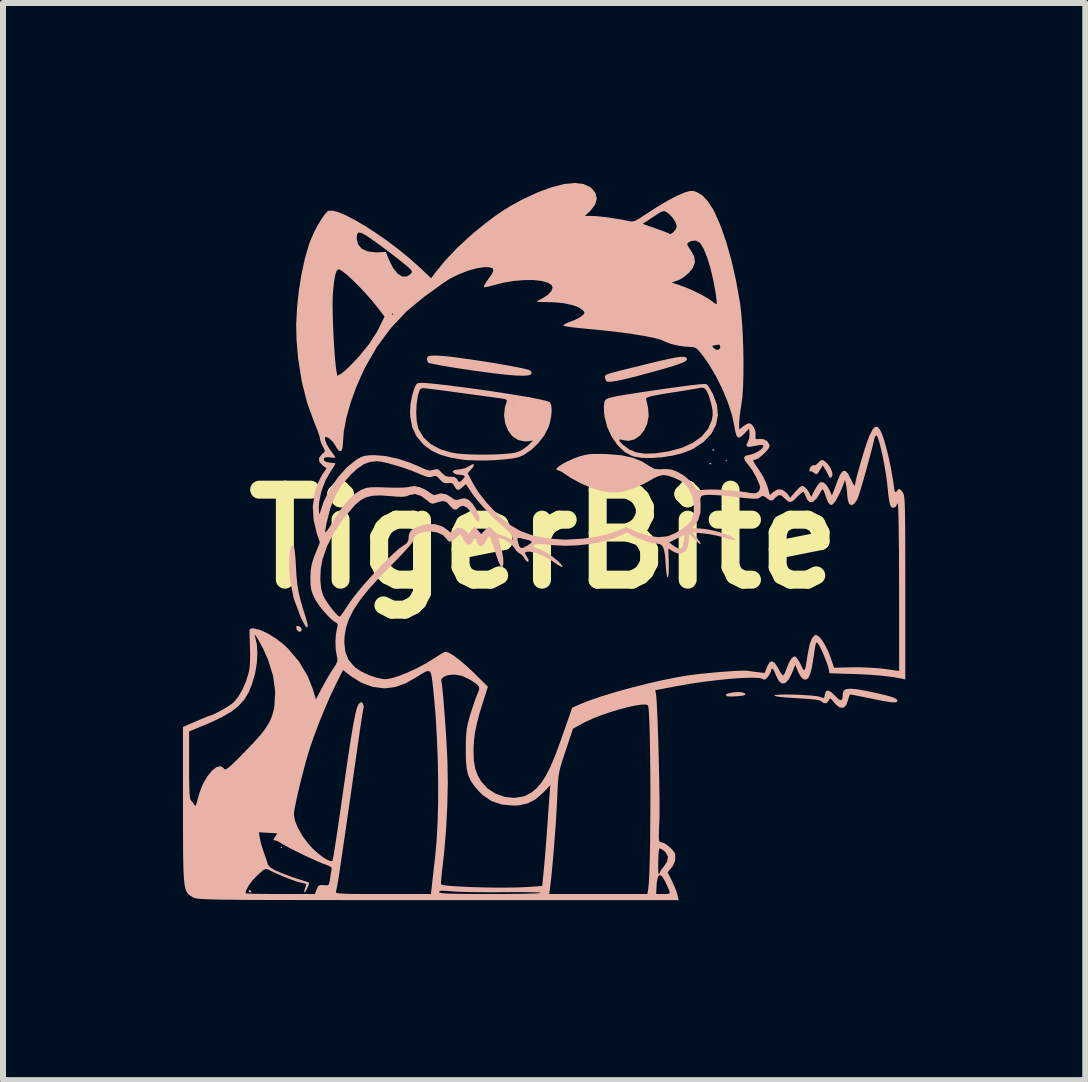
<source format=kicad_pcb>
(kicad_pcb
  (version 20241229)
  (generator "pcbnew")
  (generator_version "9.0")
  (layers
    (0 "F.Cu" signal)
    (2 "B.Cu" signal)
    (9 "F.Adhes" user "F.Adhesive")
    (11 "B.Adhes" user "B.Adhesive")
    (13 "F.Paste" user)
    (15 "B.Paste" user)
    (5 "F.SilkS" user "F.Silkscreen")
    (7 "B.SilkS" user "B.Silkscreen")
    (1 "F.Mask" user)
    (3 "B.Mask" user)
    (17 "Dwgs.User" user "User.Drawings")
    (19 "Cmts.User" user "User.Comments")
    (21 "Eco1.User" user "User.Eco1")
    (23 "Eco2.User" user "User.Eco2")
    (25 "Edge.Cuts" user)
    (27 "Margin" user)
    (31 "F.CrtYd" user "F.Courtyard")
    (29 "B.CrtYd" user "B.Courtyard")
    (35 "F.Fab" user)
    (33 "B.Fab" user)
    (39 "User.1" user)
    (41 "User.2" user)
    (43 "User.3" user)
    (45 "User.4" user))
  (footprint "TigerBite"
    (layer "F.Cu")
    (at 6.02 5.934)
    (property "Reference" "TigerBite" (at 0 0 0) (layer "F.SilkS") (effects (font (size 1.5 1.5) (thickness 0.3))))
    (attr board_only exclude_from_pos_files exclude_from_bom)
    (fp_circle (center -0.31 -2.025) (end -0.42 -1.784) (stroke (width 0.15) (type solid)) (fill yes) (layer "B.SilkS"))
    (fp_circle (center -0.01 -2.19) (end -0.01 -2.17) (stroke (width 0.15) (type solid)) (fill yes) (layer "B.SilkS"))
    (fp_circle (center 1.37 -2.04) (end 1.26 -1.798) (stroke (width 0.15) (type solid)) (fill yes) (layer "B.SilkS"))
    (fp_circle (center 1.52 -2.26) (end 1.57 -2.23) (stroke (width 0.15) (type solid)) (fill yes) (layer "B.SilkS"))
    (fp_poly (pts (xy -4.369 5.144) (xy -4.381 5.156) (xy -4.394 5.144) (xy -4.381 5.131)) (stroke (width 0) (type solid)) (fill yes) (layer "B.SilkS"))
    (fp_poly (pts (xy 3.048 -1.308) (xy 3.035 -1.295) (xy 3.023 -1.308) (xy 3.035 -1.321)) (stroke (width 0) (type solid)) (fill yes) (layer "B.SilkS"))
    (fp_poly (pts (xy 2.786 -1.262) (xy 2.782 -1.246) (xy 2.769 -1.245) (xy 2.748 -1.254) (xy 2.752 -1.262) (xy 2.782 -1.265)) (stroke (width 0) (type solid)) (fill yes) (layer "B.SilkS"))
    (fp_poly (pts (xy 2.836 -1.49) (xy 2.833 -1.475) (xy 2.819 -1.473) (xy 2.798 -1.482) (xy 2.802 -1.49) (xy 2.833 -1.493)) (stroke (width 0) (type solid)) (fill yes) (layer "B.SilkS"))
    (fp_poly (pts (xy -4.902 5.855) (xy -4.878 5.878) (xy -4.877 5.882) (xy -4.896 5.893) (xy -4.902 5.893) (xy -4.927 5.873) (xy -4.928 5.866) (xy -4.912 5.851)) (stroke (width 0) (type solid)) (fill yes) (layer "B.SilkS"))
    (fp_poly (pts (xy -4.058 1.472) (xy -4.039 1.509) (xy -4.039 1.511) (xy -4.055 1.544) (xy -4.089 1.545) (xy -4.121 1.516) (xy -4.125 1.508) (xy -4.133 1.466) (xy -4.129 1.454) (xy -4.096 1.449)) (stroke (width 0) (type solid)) (fill yes) (layer "B.SilkS"))
    (fp_poly (pts (xy 3.31 2.559) (xy 3.35 2.575) (xy 3.355 2.595) (xy 3.352 2.599) (xy 3.317 2.61) (xy 3.252 2.619) (xy 3.174 2.624) (xy 3.1 2.626) (xy 3.049 2.622) (xy 3.035 2.616) (xy 3.032 2.593) (xy 3.06 2.576) (xy 3.128 2.562) (xy 3.175 2.554) (xy 3.247 2.551)) (stroke (width 0) (type solid)) (fill yes) (layer "B.SilkS"))
    (fp_poly (pts (xy -4.184 0.108) (xy -4.168 0.136) (xy -4.155 0.211) (xy -4.144 0.334) (xy -4.138 0.447) (xy -4.128 0.618) (xy -4.114 0.759) (xy -4.093 0.886) (xy -4.061 1.018) (xy -4.016 1.174) (xy -3.999 1.227) (xy -3.965 1.339) (xy -3.945 1.411) (xy -3.939 1.452) (xy -3.945 1.47) (xy -3.959 1.473) (xy -3.979 1.452) (xy -4.012 1.394) (xy -4.053 1.313) (xy -4.063 1.289) (xy -4.172 0.997) (xy -4.233 0.706) (xy -4.25 0.483) (xy -4.249 0.317) (xy -4.238 0.199) (xy -4.218 0.128) (xy -4.189 0.107)) (stroke (width 0) (type solid)) (fill yes) (layer "B.SilkS"))
    (fp_poly (pts (xy 4.664 -1.306) (xy 4.723 -1.256) (xy 4.77 -1.189) (xy 4.8 -1.12) (xy 4.808 -1.061) (xy 4.787 -1.026) (xy 4.782 -1.023) (xy 4.753 -1.025) (xy 4.75 -1.033) (xy 4.737 -1.066) (xy 4.707 -1.123) (xy 4.697 -1.14) (xy 4.644 -1.227) (xy 4.594 -1.144) (xy 4.559 -1.092) (xy 4.535 -1.078) (xy 4.505 -1.097) (xy 4.499 -1.102) (xy 4.458 -1.127) (xy 4.437 -1.126) (xy 4.422 -1.131) (xy 4.42 -1.148) (xy 4.434 -1.191) (xy 4.466 -1.225) (xy 4.498 -1.232) (xy 4.504 -1.228) (xy 4.529 -1.234) (xy 4.568 -1.27) (xy 4.57 -1.273) (xy 4.612 -1.313) (xy 4.649 -1.314)) (stroke (width 0) (type solid)) (fill yes) (layer "B.SilkS"))
    (fp_poly (pts (xy -1.764 -3.056) (xy -1.679 -3.05) (xy -1.561 -3.038) (xy -1.416 -3.019) (xy -1.254 -2.997) (xy -1.081 -2.971) (xy -0.906 -2.944) (xy -0.736 -2.915) (xy -0.579 -2.888) (xy -0.442 -2.862) (xy -0.334 -2.839) (xy -0.261 -2.82) (xy -0.232 -2.808) (xy -0.207 -2.771) (xy -0.217 -2.744) (xy -0.265 -2.727) (xy -0.353 -2.721) (xy -0.482 -2.725) (xy -0.654 -2.74) (xy -0.872 -2.765) (xy -1.137 -2.801) (xy -1.252 -2.818) (xy -1.43 -2.844) (xy -1.591 -2.87) (xy -1.729 -2.894) (xy -1.837 -2.915) (xy -1.908 -2.93) (xy -1.934 -2.94) (xy -1.952 -2.985) (xy -1.951 -3.014) (xy -1.94 -3.038) (xy -1.911 -3.052) (xy -1.853 -3.057)) (stroke (width 0) (type solid)) (fill yes) (layer "B.SilkS"))
    (fp_poly (pts (xy 2.362 -3.028) (xy 2.379 -3.009) (xy 2.381 -3.003) (xy 2.378 -2.983) (xy 2.352 -2.96) (xy 2.298 -2.934) (xy 2.213 -2.903) (xy 2.091 -2.865) (xy 1.928 -2.818) (xy 1.743 -2.767) (xy 1.524 -2.708) (xy 1.35 -2.665) (xy 1.217 -2.637) (xy 1.123 -2.622) (xy 1.063 -2.621) (xy 1.035 -2.631) (xy 1.019 -2.671) (xy 1.016 -2.696) (xy 1.016 -2.71) (xy 1.019 -2.722) (xy 1.032 -2.734) (xy 1.058 -2.747) (xy 1.103 -2.762) (xy 1.173 -2.782) (xy 1.272 -2.808) (xy 1.407 -2.841) (xy 1.582 -2.884) (xy 1.735 -2.922) (xy 1.93 -2.969) (xy 2.081 -3.003) (xy 2.195 -3.025) (xy 2.276 -3.036) (xy 2.33 -3.037)) (stroke (width 0) (type solid)) (fill yes) (layer "B.SilkS"))
    (fp_poly (pts (xy 5.215 2.505) (xy 5.369 2.532) (xy 5.385 2.535) (xy 5.57 2.575) (xy 5.709 2.608) (xy 5.806 2.637) (xy 5.864 2.663) (xy 5.889 2.688) (xy 5.883 2.712) (xy 5.878 2.717) (xy 5.846 2.724) (xy 5.775 2.72) (xy 5.661 2.702) (xy 5.502 2.671) (xy 5.485 2.667) (xy 5.355 2.641) (xy 5.243 2.618) (xy 5.158 2.601) (xy 5.11 2.592) (xy 5.102 2.591) (xy 5.087 2.613) (xy 5.071 2.666) (xy 5.07 2.671) (xy 5.038 2.766) (xy 4.99 2.813) (xy 4.93 2.811) (xy 4.862 2.76) (xy 4.835 2.728) (xy 4.792 2.674) (xy 4.768 2.657) (xy 4.753 2.672) (xy 4.746 2.69) (xy 4.71 2.736) (xy 4.66 2.736) (xy 4.625 2.708) (xy 4.595 2.692) (xy 4.532 2.679) (xy 4.429 2.668) (xy 4.283 2.658) (xy 4.216 2.654) (xy 4.068 2.645) (xy 3.952 2.635) (xy 3.873 2.624) (xy 3.837 2.613) (xy 3.835 2.61) (xy 3.859 2.6) (xy 3.923 2.595) (xy 4.016 2.592) (xy 4.128 2.593) (xy 4.249 2.597) (xy 4.369 2.604) (xy 4.476 2.612) (xy 4.56 2.623) (xy 4.61 2.635) (xy 4.615 2.637) (xy 4.656 2.653) (xy 4.673 2.633) (xy 4.678 2.599) (xy 4.697 2.539) (xy 4.733 2.525) (xy 4.789 2.556) (xy 4.85 2.614) (xy 4.912 2.674) (xy 4.951 2.69) (xy 4.972 2.66) (xy 4.978 2.584) (xy 4.978 2.577) (xy 4.991 2.531) (xy 5.031 2.504) (xy 5.104 2.495)) (stroke (width 0) (type solid)) (fill yes) (layer "B.SilkS"))
    (fp_poly (pts (xy 2.703 -2.582) (xy 2.731 -2.554) (xy 2.771 -2.493) (xy 2.816 -2.412) (xy 2.816 -2.411) (xy 2.881 -2.233) (xy 2.897 -2.061) (xy 2.864 -1.9) (xy 2.785 -1.751) (xy 2.66 -1.619) (xy 2.492 -1.507) (xy 2.451 -1.486) (xy 2.307 -1.431) (xy 2.138 -1.389) (xy 1.958 -1.361) (xy 1.779 -1.349) (xy 1.617 -1.353) (xy 1.485 -1.377) (xy 1.463 -1.384) (xy 1.338 -1.453) (xy 1.223 -1.564) (xy 1.164 -1.649) (xy 1.249 -1.649) (xy 1.273 -1.612) (xy 1.314 -1.57) (xy 1.419 -1.492) (xy 1.539 -1.443) (xy 1.683 -1.422) (xy 1.857 -1.428) (xy 2.068 -1.459) (xy 2.074 -1.46) (xy 2.293 -1.519) (xy 2.478 -1.602) (xy 2.626 -1.708) (xy 2.732 -1.834) (xy 2.793 -1.977) (xy 2.794 -1.981) (xy 2.809 -2.065) (xy 2.807 -2.143) (xy 2.789 -2.239) (xy 2.782 -2.264) (xy 2.744 -2.393) (xy 2.706 -2.476) (xy 2.665 -2.517) (xy 2.618 -2.522) (xy 2.615 -2.522) (xy 2.573 -2.513) (xy 2.491 -2.499) (xy 2.377 -2.48) (xy 2.241 -2.458) (xy 2.126 -2.44) (xy 1.962 -2.413) (xy 1.844 -2.392) (xy 1.764 -2.374) (xy 1.718 -2.358) (xy 1.699 -2.343) (xy 1.699 -2.335) (xy 1.71 -2.289) (xy 1.726 -2.216) (xy 1.733 -2.183) (xy 1.743 -2.049) (xy 1.718 -1.922) (xy 1.667 -1.809) (xy 1.593 -1.719) (xy 1.502 -1.658) (xy 1.402 -1.635) (xy 1.328 -1.646) (xy 1.267 -1.66) (xy 1.249 -1.649) (xy 1.164 -1.649) (xy 1.125 -1.705) (xy 1.051 -1.867) (xy 1.007 -2.041) (xy 0.999 -2.102) (xy 0.999 -2.108) (xy 1.12 -2.108) (xy 1.133 -2.013) (xy 1.156 -1.936) (xy 1.218 -1.83) (xy 1.299 -1.761) (xy 1.389 -1.731) (xy 1.481 -1.746) (xy 1.521 -1.769) (xy 1.588 -1.844) (xy 1.633 -1.954) (xy 1.651 -2.085) (xy 1.651 -2.093) (xy 1.639 -2.218) (xy 1.604 -2.299) (xy 1.546 -2.335) (xy 1.524 -2.337) (xy 1.448 -2.331) (xy 1.356 -2.317) (xy 1.265 -2.297) (xy 1.188 -2.275) (xy 1.142 -2.255) (xy 1.137 -2.25) (xy 1.121 -2.193) (xy 1.12 -2.108) (xy 0.999 -2.108) (xy 0.995 -2.214) (xy 1.005 -2.286) (xy 1.02 -2.317) (xy 1.048 -2.337) (xy 1.106 -2.356) (xy 1.198 -2.378) (xy 1.33 -2.401) (xy 1.473 -2.424) (xy 1.792 -2.472) (xy 2.064 -2.511) (xy 2.289 -2.542) (xy 2.466 -2.565) (xy 2.595 -2.579) (xy 2.675 -2.584)) (stroke (width 0) (type solid)) (fill yes) (layer "B.SilkS"))
    (fp_poly (pts (xy -2 -2.601) (xy -1.905 -2.594) (xy -1.77 -2.58) (xy -1.649 -2.566) (xy -1.408 -2.536) (xy -1.167 -2.504) (xy -0.932 -2.471) (xy -0.707 -2.437) (xy -0.499 -2.404) (xy -0.313 -2.373) (xy -0.155 -2.344) (xy -0.031 -2.318) (xy 0.055 -2.297) (xy 0.095 -2.28) (xy 0.095 -2.28) (xy 0.119 -2.233) (xy 0.126 -2.15) (xy 0.118 -2.047) (xy 0.096 -1.935) (xy 0.072 -1.862) (xy 0.004 -1.729) (xy -0.095 -1.6) (xy -0.212 -1.487) (xy -0.337 -1.402) (xy -0.428 -1.362) (xy -0.526 -1.342) (xy -0.661 -1.326) (xy -0.819 -1.314) (xy -0.986 -1.308) (xy -1.148 -1.309) (xy -1.291 -1.315) (xy -1.359 -1.322) (xy -1.565 -1.357) (xy -1.73 -1.404) (xy -1.864 -1.465) (xy -1.978 -1.545) (xy -2.019 -1.582) (xy -2.129 -1.714) (xy -2.198 -1.861) (xy -2.231 -2.032) (xy -2.234 -2.102) (xy -2.132 -2.102) (xy -2.124 -1.965) (xy -2.102 -1.855) (xy -2.094 -1.834) (xy -2.011 -1.693) (xy -1.888 -1.58) (xy -1.725 -1.494) (xy -1.535 -1.438) (xy -1.437 -1.423) (xy -1.305 -1.413) (xy -1.15 -1.407) (xy -0.986 -1.406) (xy -0.822 -1.409) (xy -0.672 -1.417) (xy -0.546 -1.428) (xy -0.458 -1.444) (xy -0.448 -1.447) (xy -0.369 -1.484) (xy -0.287 -1.543) (xy -0.256 -1.571) (xy -0.209 -1.619) (xy -0.186 -1.644) (xy -0.188 -1.645) (xy -0.228 -1.633) (xy -0.296 -1.626) (xy -0.323 -1.626) (xy -0.434 -1.649) (xy -0.529 -1.712) (xy -0.601 -1.807) (xy -0.649 -1.926) (xy -0.668 -2.059) (xy -0.665 -2.088) (xy -0.582 -2.088) (xy -0.567 -1.96) (xy -0.519 -1.846) (xy -0.444 -1.76) (xy -0.404 -1.734) (xy -0.361 -1.712) (xy -0.332 -1.705) (xy -0.296 -1.715) (xy -0.24 -1.739) (xy -0.158 -1.799) (xy -0.096 -1.896) (xy -0.059 -2.021) (xy -0.051 -2.112) (xy -0.051 -2.21) (xy 0.025 -2.21) (xy 0.035 -2.189) (xy 0.042 -2.193) (xy 0.045 -2.223) (xy 0.042 -2.227) (xy 0.027 -2.223) (xy 0.025 -2.21) (xy -0.051 -2.21) (xy -0.051 -2.231) (xy -0.235 -2.259) (xy -0.334 -2.274) (xy -0.42 -2.288) (xy -0.474 -2.296) (xy -0.475 -2.296) (xy -0.518 -2.291) (xy -0.547 -2.253) (xy -0.561 -2.216) (xy -0.582 -2.088) (xy -0.665 -2.088) (xy -0.653 -2.198) (xy -0.624 -2.289) (xy -0.623 -2.315) (xy -0.653 -2.332) (xy -0.723 -2.344) (xy -0.729 -2.345) (xy -0.79 -2.353) (xy -0.892 -2.367) (xy -1.026 -2.385) (xy -1.182 -2.406) (xy -1.351 -2.429) (xy -1.41 -2.437) (xy -1.575 -2.46) (xy -1.726 -2.48) (xy -1.854 -2.496) (xy -1.952 -2.508) (xy -2.01 -2.514) (xy -2.021 -2.515) (xy -2.056 -2.505) (xy -2.08 -2.468) (xy -2.102 -2.393) (xy -2.104 -2.386) (xy -2.126 -2.248) (xy -2.132 -2.102) (xy -2.234 -2.102) (xy -2.235 -2.134) (xy -2.228 -2.24) (xy -2.208 -2.355) (xy -2.18 -2.462) (xy -2.148 -2.547) (xy -2.123 -2.585) (xy -2.103 -2.597) (xy -2.064 -2.602)) (stroke (width 0) (type solid)) (fill yes) (layer "B.SilkS"))
    (fp_poly (pts (xy 0.659 -5.916) (xy 0.772 -5.863) (xy 0.786 -5.852) (xy 0.856 -5.767) (xy 0.878 -5.673) (xy 0.85 -5.574) (xy 0.774 -5.473) (xy 0.759 -5.458) (xy 0.68 -5.385) (xy 0.786 -5.385) (xy 0.886 -5.38) (xy 1.017 -5.366) (xy 1.162 -5.345) (xy 1.304 -5.321) (xy 1.376 -5.306) (xy 1.434 -5.294) (xy 1.48 -5.293) (xy 1.526 -5.308) (xy 1.586 -5.341) (xy 1.673 -5.399) (xy 1.681 -5.404) (xy 1.874 -5.529) (xy 2.05 -5.634) (xy 2.204 -5.716) (xy 2.327 -5.769) (xy 2.344 -5.776) (xy 2.424 -5.799) (xy 2.48 -5.802) (xy 2.536 -5.786) (xy 2.547 -5.782) (xy 2.64 -5.725) (xy 2.726 -5.634) (xy 2.811 -5.504) (xy 2.853 -5.423) (xy 2.948 -5.204) (xy 3.038 -4.942) (xy 3.122 -4.645) (xy 3.196 -4.32) (xy 3.259 -3.974) (xy 3.265 -3.937) (xy 3.284 -3.78) (xy 3.3 -3.591) (xy 3.312 -3.381) (xy 3.32 -3.16) (xy 3.323 -2.939) (xy 3.322 -2.727) (xy 3.316 -2.536) (xy 3.306 -2.376) (xy 3.292 -2.267) (xy 3.274 -2.15) (xy 3.259 -2.038) (xy 3.252 -1.952) (xy 3.251 -1.929) (xy 3.251 -1.825) (xy 3.318 -1.878) (xy 3.374 -1.914) (xy 3.418 -1.93) (xy 3.419 -1.93) (xy 3.463 -1.908) (xy 3.501 -1.853) (xy 3.524 -1.782) (xy 3.525 -1.729) (xy 3.522 -1.677) (xy 3.542 -1.662) (xy 3.587 -1.669) (xy 3.661 -1.663) (xy 3.723 -1.626) (xy 3.757 -1.567) (xy 3.759 -1.548) (xy 3.74 -1.506) (xy 3.693 -1.449) (xy 3.632 -1.391) (xy 3.57 -1.344) (xy 3.523 -1.321) (xy 3.518 -1.321) (xy 3.493 -1.319) (xy 3.485 -1.307) (xy 3.497 -1.278) (xy 3.533 -1.222) (xy 3.582 -1.151) (xy 3.643 -1.052) (xy 3.696 -0.945) (xy 3.724 -0.869) (xy 3.764 -0.732) (xy 3.824 -0.788) (xy 3.897 -0.828) (xy 3.973 -0.82) (xy 4.045 -0.766) (xy 4.057 -0.751) (xy 4.102 -0.689) (xy 4.195 -0.796) (xy 4.252 -0.856) (xy 4.291 -0.882) (xy 4.323 -0.88) (xy 4.335 -0.874) (xy 4.38 -0.831) (xy 4.417 -0.774) (xy 4.452 -0.702) (xy 4.511 -0.818) (xy 4.552 -0.887) (xy 4.592 -0.936) (xy 4.608 -0.948) (xy 4.658 -0.942) (xy 4.711 -0.894) (xy 4.76 -0.811) (xy 4.764 -0.801) (xy 4.797 -0.724) (xy 4.827 -0.8) (xy 4.856 -0.876) (xy 4.888 -0.963) (xy 4.892 -0.976) (xy 4.937 -1.079) (xy 4.979 -1.132) (xy 5.021 -1.135) (xy 5.065 -1.089) (xy 5.113 -0.997) (xy 5.146 -0.929) (xy 5.17 -0.891) (xy 5.18 -0.891) (xy 5.189 -0.945) (xy 5.21 -1.036) (xy 5.242 -1.153) (xy 5.279 -1.284) (xy 5.319 -1.418) (xy 5.359 -1.544) (xy 5.395 -1.65) (xy 5.424 -1.726) (xy 5.427 -1.731) (xy 5.475 -1.824) (xy 5.516 -1.87) (xy 5.555 -1.87) (xy 5.595 -1.827) (xy 5.598 -1.822) (xy 5.633 -1.749) (xy 5.671 -1.635) (xy 5.711 -1.49) (xy 5.751 -1.325) (xy 5.787 -1.148) (xy 5.817 -0.971) (xy 5.83 -0.88) (xy 5.841 -0.809) (xy 5.852 -0.781) (xy 5.869 -0.788) (xy 5.882 -0.804) (xy 5.91 -0.834) (xy 5.934 -0.829) (xy 5.969 -0.791) (xy 5.98 -0.777) (xy 5.988 -0.76) (xy 5.996 -0.736) (xy 6.002 -0.701) (xy 6.007 -0.651) (xy 6.011 -0.582) (xy 6.014 -0.49) (xy 6.016 -0.372) (xy 6.018 -0.222) (xy 6.019 -0.039) (xy 6.019 0.184) (xy 6.02 0.448) (xy 6.02 0.76) (xy 6.02 0.806) (xy 6.02 2.342) (xy 5.963 2.329) (xy 5.818 2.302) (xy 5.633 2.28) (xy 5.417 2.262) (xy 5.181 2.251) (xy 5.144 2.25) (xy 5.01 2.247) (xy 4.897 2.243) (xy 4.811 2.24) (xy 4.763 2.238) (xy 4.756 2.238) (xy 4.75 2.214) (xy 4.749 2.191) (xy 4.738 2.142) (xy 4.711 2.062) (xy 4.674 1.967) (xy 4.633 1.872) (xy 4.594 1.792) (xy 4.57 1.752) (xy 4.553 1.73) (xy 4.54 1.726) (xy 4.528 1.749) (xy 4.516 1.805) (xy 4.501 1.901) (xy 4.49 1.979) (xy 4.464 2.138) (xy 4.435 2.25) (xy 4.402 2.318) (xy 4.364 2.346) (xy 4.318 2.337) (xy 4.318 2.337) (xy 4.282 2.299) (xy 4.243 2.234) (xy 4.23 2.205) (xy 4.187 2.097) (xy 4.132 2.234) (xy 4.077 2.342) (xy 4.021 2.401) (xy 3.966 2.41) (xy 3.914 2.37) (xy 3.867 2.28) (xy 3.862 2.265) (xy 3.832 2.196) (xy 3.806 2.161) (xy 3.788 2.166) (xy 3.785 2.194) (xy 3.77 2.236) (xy 3.734 2.293) (xy 3.731 2.296) (xy 3.69 2.34) (xy 3.658 2.345) (xy 3.642 2.334) (xy 3.595 2.319) (xy 3.504 2.313) (xy 3.377 2.314) (xy 3.22 2.322) (xy 3.04 2.337) (xy 2.843 2.358) (xy 2.637 2.384) (xy 2.427 2.415) (xy 2.221 2.451) (xy 2.202 2.455) (xy 1.852 2.521) (xy 1.865 2.588) (xy 1.871 2.644) (xy 1.878 2.743) (xy 1.885 2.88) (xy 1.892 3.045) (xy 1.898 3.233) (xy 1.905 3.436) (xy 1.91 3.648) (xy 1.915 3.86) (xy 1.919 4.065) (xy 1.922 4.258) (xy 1.924 4.43) (xy 1.924 4.574) (xy 1.922 4.684) (xy 1.92 4.718) (xy 1.914 4.854) (xy 1.911 4.947) (xy 1.913 5.006) (xy 1.92 5.038) (xy 1.932 5.052) (xy 1.952 5.055) (xy 1.956 5.055) (xy 2.006 5.073) (xy 2.07 5.117) (xy 2.132 5.174) (xy 2.175 5.23) (xy 2.186 5.258) (xy 2.184 5.364) (xy 2.144 5.452) (xy 2.121 5.481) (xy 2.058 5.556) (xy 2.134 5.707) (xy 2.176 5.8) (xy 2.21 5.886) (xy 2.225 5.939) (xy 2.242 6.02) (xy -1.768 6.02) (xy -2.296 6.02) (xy -2.776 6.02) (xy -3.209 6.02) (xy -3.599 6.019) (xy -3.947 6.019) (xy -4.257 6.018) (xy -4.53 6.018) (xy -4.769 6.017) (xy -4.976 6.016) (xy -5.154 6.014) (xy -5.305 6.013) (xy -5.431 6.011) (xy -5.536 6.008) (xy -5.62 6.005) (xy -5.687 6.002) (xy -5.739 5.999) (xy -5.778 5.994) (xy -5.807 5.99) (xy -5.828 5.985) (xy -5.843 5.979) (xy -5.856 5.972) (xy -5.863 5.968) (xy -5.896 5.947) (xy -5.924 5.926) (xy -5.931 5.918) (xy 1.867 5.918) (xy 1.987 5.918) (xy 2.059 5.917) (xy 2.09 5.908) (xy 2.093 5.884) (xy 2.083 5.856) (xy 2.056 5.793) (xy 2.019 5.714) (xy 2.007 5.691) (xy 1.963 5.621) (xy 1.926 5.601) (xy 1.898 5.631) (xy 1.881 5.709) (xy 1.875 5.768) (xy 1.867 5.918) (xy -5.931 5.918) (xy -5.943 5.905) (xy -4.978 5.905) (xy -4.954 5.909) (xy -4.886 5.912) (xy -4.782 5.915) (xy -4.648 5.917) (xy -4.492 5.918) (xy -4.4 5.918) (xy -3.821 5.918) (xy -3.791 5.839) (xy -3.765 5.786) (xy -3.729 5.768) (xy -3.673 5.77) (xy -3.619 5.774) (xy -3.591 5.76) (xy -3.577 5.717) (xy -3.569 5.665) (xy -3.557 5.585) (xy -3.545 5.522) (xy -3.541 5.508) (xy -3.547 5.474) (xy -3.594 5.446) (xy -3.625 5.435) (xy -3.705 5.405) (xy -3.815 5.357) (xy -3.943 5.299) (xy -4.076 5.235) (xy -4.201 5.173) (xy -4.306 5.117) (xy -4.378 5.075) (xy -4.382 5.072) (xy -4.445 5.036) (xy -4.494 5.021) (xy -4.506 5.023) (xy -4.514 5.017) (xy -4.495 4.98) (xy -4.49 4.973) (xy -4.447 4.907) (xy -4.601 4.898) (xy -4.754 4.889) (xy -4.739 4.987) (xy -4.721 5.068) (xy -4.691 5.167) (xy -4.67 5.229) (xy -4.64 5.315) (xy -4.615 5.389) (xy -4.606 5.424) (xy -4.574 5.467) (xy -4.496 5.516) (xy -4.37 5.572) (xy -4.197 5.636) (xy -4.128 5.659) (xy -4.034 5.689) (xy -3.962 5.713) (xy -3.922 5.726) (xy -3.918 5.728) (xy -3.92 5.752) (xy -3.938 5.8) (xy -3.963 5.852) (xy -3.985 5.887) (xy -3.993 5.893) (xy -3.999 5.873) (xy -3.987 5.828) (xy -3.969 5.777) (xy -3.962 5.754) (xy -3.985 5.745) (xy -4.039 5.732) (xy -4.055 5.729) (xy -4.128 5.709) (xy -4.231 5.672) (xy -4.349 5.626) (xy -4.466 5.575) (xy -4.566 5.527) (xy -4.578 5.521) (xy -4.616 5.503) (xy -4.648 5.503) (xy -4.687 5.524) (xy -4.744 5.574) (xy -4.779 5.606) (xy -4.861 5.692) (xy -4.927 5.782) (xy -4.968 5.86) (xy -4.978 5.905) (xy -5.943 5.905) (xy -5.948 5.899) (xy -5.968 5.864) (xy -5.983 5.816) (xy -5.995 5.75) (xy -6.004 5.663) (xy -6.011 5.551) (xy -6.015 5.409) (xy -6.018 5.233) (xy -6.019 5.018) (xy -6.02 4.762) (xy -6.02 4.586) (xy -4.171 4.586) (xy -4.154 4.693) (xy -4.103 4.819) (xy -4.025 4.955) (xy -3.924 5.088) (xy -3.861 5.157) (xy -3.772 5.238) (xy -3.685 5.305) (xy -3.609 5.351) (xy -3.552 5.371) (xy -3.528 5.364) (xy -3.521 5.336) (xy -3.508 5.263) (xy -3.49 5.15) (xy -3.467 5.004) (xy -3.441 4.828) (xy -3.411 4.629) (xy -3.38 4.412) (xy -3.367 4.318) (xy -3.32 3.991) (xy -3.279 3.712) (xy -3.244 3.475) (xy -3.213 3.279) (xy -3.186 3.119) (xy -3.162 2.993) (xy -3.142 2.896) (xy -3.123 2.825) (xy -3.106 2.778) (xy -3.09 2.749) (xy -3.086 2.745) (xy -3.052 2.719) (xy -3.03 2.732) (xy -3.022 2.743) (xy -3.006 2.79) (xy -3.008 2.808) (xy -3.014 2.837) (xy -3.025 2.895) (xy -3.04 2.987) (xy -3.06 3.117) (xy -3.085 3.288) (xy -3.116 3.505) (xy -3.125 3.569) (xy -3.18 3.955) (xy -3.228 4.293) (xy -3.271 4.588) (xy -3.307 4.842) (xy -3.339 5.059) (xy -3.365 5.242) (xy -3.388 5.394) (xy -3.406 5.518) (xy -3.422 5.618) (xy -3.434 5.696) (xy -3.445 5.756) (xy -3.453 5.802) (xy -3.46 5.836) (xy -3.467 5.862) (xy -3.47 5.874) (xy -3.471 5.886) (xy -3.463 5.896) (xy -3.439 5.904) (xy -3.396 5.909) (xy -3.328 5.913) (xy -3.231 5.916) (xy -3.098 5.917) (xy -2.925 5.918) (xy -2.706 5.918) (xy -2.685 5.918) (xy -1.887 5.918) (xy -1.883 5.885) (xy -1.753 5.885) (xy -1.743 5.894) (xy -1.713 5.902) (xy -1.657 5.908) (xy -1.571 5.912) (xy -1.45 5.915) (xy -1.291 5.917) (xy -1.088 5.918) (xy -0.902 5.918) (xy 0.086 5.918) (xy 0.903 5.918) (xy 1.721 5.918) (xy 1.736 5.823) (xy 1.744 5.746) (xy 1.751 5.628) (xy 1.757 5.475) (xy 1.758 5.427) (xy 1.901 5.427) (xy 1.901 5.508) (xy 1.905 5.567) (xy 1.911 5.588) (xy 1.929 5.568) (xy 1.93 5.558) (xy 1.947 5.521) (xy 1.987 5.469) (xy 1.995 5.46) (xy 2.052 5.375) (xy 2.063 5.294) (xy 2.025 5.222) (xy 2.001 5.2) (xy 1.952 5.167) (xy 1.922 5.157) (xy 1.921 5.158) (xy 1.913 5.189) (xy 1.907 5.253) (xy 1.903 5.337) (xy 1.901 5.427) (xy 1.758 5.427) (xy 1.762 5.293) (xy 1.766 5.087) (xy 1.768 4.863) (xy 1.77 4.626) (xy 1.771 4.382) (xy 1.771 4.137) (xy 1.77 3.895) (xy 1.767 3.663) (xy 1.764 3.446) (xy 1.76 3.25) (xy 1.755 3.08) (xy 1.749 2.942) (xy 1.742 2.841) (xy 1.734 2.784) (xy 1.73 2.774) (xy 1.694 2.759) (xy 1.618 2.762) (xy 1.511 2.778) (xy 1.382 2.807) (xy 1.239 2.845) (xy 1.089 2.891) (xy 0.941 2.942) (xy 0.803 2.997) (xy 0.683 3.052) (xy 0.652 3.068) (xy 0.481 3.162) (xy 0.358 3.531) (xy 0.312 3.669) (xy 0.279 3.776) (xy 0.256 3.866) (xy 0.241 3.953) (xy 0.231 4.051) (xy 0.224 4.173) (xy 0.218 4.318) (xy 0.208 4.517) (xy 0.194 4.743) (xy 0.177 4.982) (xy 0.158 5.221) (xy 0.138 5.446) (xy 0.119 5.644) (xy 0.105 5.759) (xy 0.086 5.918) (xy -0.902 5.918) (xy -0.7 5.918) (xy -0.515 5.916) (xy -0.353 5.914) (xy -0.22 5.911) (xy -0.121 5.907) (xy -0.064 5.902) (xy -0.051 5.899) (xy -0.075 5.894) (xy -0.143 5.89) (xy -0.249 5.888) (xy -0.384 5.886) (xy -0.543 5.887) (xy -0.679 5.888) (xy -0.868 5.889) (xy -1.054 5.888) (xy -1.226 5.886) (xy -1.373 5.882) (xy -1.487 5.877) (xy -1.53 5.874) (xy -1.641 5.865) (xy -1.709 5.863) (xy -1.744 5.87) (xy -1.753 5.885) (xy -1.883 5.885) (xy -1.872 5.785) (xy -1.865 5.728) (xy -1.719 5.728) (xy -1.718 5.758) (xy -1.718 5.758) (xy -1.682 5.769) (xy -1.604 5.779) (xy -1.49 5.788) (xy -1.349 5.796) (xy -1.188 5.803) (xy -1.014 5.808) (xy -0.837 5.811) (xy -0.662 5.811) (xy -0.499 5.81) (xy -0.355 5.805) (xy -0.261 5.8) (xy -0.032 5.784) (xy -0.003 5.489) (xy 0.01 5.346) (xy 0.024 5.174) (xy 0.038 4.994) (xy 0.05 4.828) (xy 0.051 4.826) (xy 0.061 4.676) (xy 0.071 4.527) (xy 0.081 4.395) (xy 0.088 4.295) (xy 0.089 4.281) (xy 0.103 4.104) (xy -0.013 4.226) (xy -0.141 4.338) (xy -0.271 4.407) (xy -0.42 4.44) (xy -0.513 4.444) (xy -0.71 4.426) (xy -0.878 4.368) (xy -1.024 4.269) (xy -1.079 4.215) (xy -1.165 4.116) (xy -1.226 4.026) (xy -1.268 3.932) (xy -1.292 3.822) (xy -1.304 3.685) (xy -1.306 3.509) (xy -1.306 3.505) (xy -1.304 3.358) (xy -1.298 3.245) (xy -1.287 3.152) (xy -1.269 3.061) (xy -1.24 2.957) (xy -1.222 2.898) (xy -1.184 2.781) (xy -1.148 2.675) (xy -1.117 2.594) (xy -1.102 2.56) (xy -1.082 2.507) (xy -1.086 2.464) (xy -1.122 2.421) (xy -1.195 2.371) (xy -1.256 2.335) (xy -1.371 2.281) (xy -1.483 2.262) (xy -1.509 2.261) (xy -1.604 2.271) (xy -1.675 2.299) (xy -1.713 2.338) (xy -1.714 2.371) (xy -1.705 2.415) (xy -1.695 2.502) (xy -1.683 2.623) (xy -1.671 2.771) (xy -1.658 2.938) (xy -1.645 3.116) (xy -1.633 3.297) (xy -1.623 3.473) (xy -1.615 3.635) (xy -1.611 3.734) (xy -1.606 4.072) (xy -1.614 4.44) (xy -1.633 4.819) (xy -1.663 5.19) (xy -1.69 5.439) (xy -1.704 5.558) (xy -1.714 5.658) (xy -1.719 5.728) (xy -1.865 5.728) (xy -1.864 5.711) (xy -1.851 5.6) (xy -1.836 5.465) (xy -1.819 5.319) (xy -1.814 5.271) (xy -1.791 5.007) (xy -1.775 4.703) (xy -1.767 4.368) (xy -1.767 4.014) (xy -1.774 3.65) (xy -1.789 3.286) (xy -1.81 2.932) (xy -1.839 2.597) (xy -1.858 2.419) (xy -1.873 2.304) (xy -1.889 2.232) (xy -1.916 2.201) (xy -1.962 2.206) (xy -2.035 2.245) (xy -2.132 2.307) (xy -2.311 2.407) (xy -2.477 2.466) (xy -2.639 2.489) (xy -2.666 2.489) (xy -2.861 2.465) (xy -3.052 2.394) (xy -3.225 2.284) (xy -3.352 2.184) (xy -3.476 2.432) (xy -3.566 2.621) (xy -3.661 2.841) (xy -3.756 3.075) (xy -3.842 3.305) (xy -3.9 3.472) (xy -3.938 3.593) (xy -3.979 3.739) (xy -4.021 3.898) (xy -4.063 4.061) (xy -4.1 4.219) (xy -4.132 4.362) (xy -4.156 4.48) (xy -4.169 4.563) (xy -4.171 4.586) (xy -6.02 4.586) (xy -6.02 4.459) (xy -6.02 4.437) (xy -6.02 3.208) (xy -5.918 3.208) (xy -5.918 3.774) (xy -5.918 3.968) (xy -5.915 4.116) (xy -5.912 4.223) (xy -5.905 4.297) (xy -5.897 4.34) (xy -5.886 4.36) (xy -5.885 4.361) (xy -5.848 4.401) (xy -5.831 4.432) (xy -5.817 4.451) (xy -5.803 4.434) (xy -5.785 4.374) (xy -5.776 4.338) (xy -5.744 4.229) (xy -5.702 4.118) (xy -5.68 4.069) (xy -5.608 3.949) (xy -5.534 3.859) (xy -5.463 3.804) (xy -5.399 3.787) (xy -5.348 3.812) (xy -5.336 3.829) (xy -5.322 3.841) (xy -5.3 3.837) (xy -5.265 3.814) (xy -5.211 3.768) (xy -5.134 3.694) (xy -5.029 3.588) (xy -4.985 3.543) (xy -4.837 3.389) (xy -4.723 3.261) (xy -4.638 3.149) (xy -4.577 3.048) (xy -4.535 2.949) (xy -4.507 2.845) (xy -4.497 2.791) (xy -4.483 2.542) (xy -4.518 2.283) (xy -4.601 2.016) (xy -4.678 1.841) (xy -4.729 1.743) (xy -4.773 1.666) (xy -4.805 1.615) (xy -4.823 1.596) (xy -4.823 1.613) (xy -4.815 1.638) (xy -4.789 1.755) (xy -4.78 1.903) (xy -4.789 2.066) (xy -4.815 2.226) (xy -4.822 2.259) (xy -4.871 2.424) (xy -4.928 2.563) (xy -5 2.681) (xy -5.094 2.784) (xy -5.214 2.878) (xy -5.367 2.968) (xy -5.559 3.059) (xy -5.747 3.138) (xy -5.918 3.208) (xy -6.02 3.208) (xy -6.02 3.133) (xy -5.805 3.04) (xy -5.71 2.999) (xy -5.632 2.967) (xy -5.585 2.949) (xy -5.575 2.946) (xy -5.534 2.934) (xy -5.465 2.901) (xy -5.38 2.856) (xy -5.293 2.806) (xy -5.22 2.758) (xy -5.173 2.722) (xy -5.102 2.635) (xy -5.031 2.514) (xy -4.97 2.375) (xy -4.927 2.235) (xy -4.914 2.171) (xy -4.906 2.1) (xy -4.902 2.012) (xy -4.901 1.898) (xy -4.905 1.75) (xy -4.911 1.587) (xy -4.911 1.523) (xy -4.897 1.495) (xy -4.859 1.49) (xy -4.84 1.491) (xy -4.733 1.517) (xy -4.607 1.575) (xy -4.472 1.658) (xy -4.341 1.759) (xy -4.269 1.827) (xy -4.083 2.047) (xy -3.941 2.286) (xy -3.857 2.499) (xy -3.803 2.673) (xy -3.699 2.473) (xy -3.639 2.364) (xy -3.576 2.256) (xy -3.522 2.17) (xy -3.512 2.156) (xy -3.466 2.083) (xy -3.446 2.032) (xy -3.448 1.983) (xy -3.455 1.953) (xy -3.474 1.845) (xy -3.478 1.725) (xy -3.331 1.725) (xy -3.313 1.884) (xy -3.26 2.014) (xy -3.165 2.127) (xy -3.145 2.144) (xy -3.05 2.208) (xy -2.928 2.266) (xy -2.799 2.311) (xy -2.682 2.335) (xy -2.645 2.337) (xy -2.551 2.323) (xy -2.425 2.285) (xy -2.279 2.227) (xy -2.122 2.155) (xy -1.967 2.072) (xy -1.824 1.984) (xy -1.797 1.966) (xy -1.725 1.92) (xy -1.667 1.888) (xy -1.64 1.88) (xy -1.586 1.897) (xy -1.504 1.947) (xy -1.402 2.024) (xy -1.286 2.123) (xy -1.164 2.237) (xy -1.155 2.247) (xy -0.937 2.463) (xy -1.016 2.71) (xy -1.079 2.913) (xy -1.123 3.083) (xy -1.153 3.23) (xy -1.17 3.369) (xy -1.177 3.51) (xy -1.177 3.518) (xy -1.172 3.688) (xy -1.149 3.825) (xy -1.105 3.945) (xy -1.048 4.043) (xy -0.944 4.158) (xy -0.81 4.245) (xy -0.658 4.299) (xy -0.5 4.316) (xy -0.349 4.293) (xy -0.31 4.279) (xy -0.215 4.228) (xy -0.128 4.158) (xy -0.047 4.064) (xy 0.032 3.941) (xy 0.111 3.783) (xy 0.193 3.586) (xy 0.282 3.344) (xy 0.292 3.315) (xy 0.468 2.812) (xy 0.596 2.755) (xy 0.758 2.691) (xy 0.96 2.622) (xy 1.191 2.551) (xy 1.442 2.482) (xy 1.702 2.416) (xy 1.961 2.356) (xy 2.208 2.307) (xy 2.315 2.287) (xy 2.437 2.269) (xy 2.582 2.251) (xy 2.739 2.235) (xy 2.9 2.22) (xy 3.055 2.208) (xy 3.193 2.199) (xy 3.304 2.195) (xy 3.379 2.196) (xy 3.397 2.198) (xy 3.449 2.206) (xy 3.527 2.216) (xy 3.559 2.22) (xy 3.676 2.233) (xy 3.716 2.131) (xy 3.756 2.059) (xy 3.798 2.037) (xy 3.845 2.066) (xy 3.896 2.145) (xy 3.906 2.166) (xy 3.942 2.231) (xy 3.973 2.269) (xy 3.987 2.274) (xy 4.009 2.242) (xy 4.034 2.182) (xy 4.04 2.165) (xy 4.082 2.058) (xy 4.127 1.986) (xy 4.172 1.956) (xy 4.177 1.956) (xy 4.206 1.977) (xy 4.245 2.032) (xy 4.276 2.089) (xy 4.304 2.148) (xy 4.325 2.182) (xy 4.34 2.186) (xy 4.353 2.156) (xy 4.367 2.086) (xy 4.385 1.974) (xy 4.396 1.905) (xy 4.426 1.756) (xy 4.464 1.657) (xy 4.509 1.606) (xy 4.534 1.6) (xy 4.578 1.623) (xy 4.631 1.684) (xy 4.687 1.775) (xy 4.741 1.885) (xy 4.774 1.972) (xy 4.833 2.146) (xy 5.128 2.139) (xy 5.279 2.139) (xy 5.444 2.146) (xy 5.597 2.157) (xy 5.671 2.166) (xy 5.918 2.2) (xy 5.917 0.776) (xy 5.916 0.493) (xy 5.915 0.235) (xy 5.912 0.005) (xy 5.91 -0.193) (xy 5.907 -0.355) (xy 5.903 -0.478) (xy 5.899 -0.558) (xy 5.895 -0.593) (xy 5.893 -0.593) (xy 5.856 -0.533) (xy 5.814 -0.517) (xy 5.778 -0.542) (xy 5.762 -0.586) (xy 5.747 -0.665) (xy 5.734 -0.766) (xy 5.732 -0.797) (xy 5.718 -0.927) (xy 5.699 -1.069) (xy 5.674 -1.217) (xy 5.647 -1.36) (xy 5.618 -1.491) (xy 5.59 -1.601) (xy 5.565 -1.681) (xy 5.544 -1.723) (xy 5.536 -1.727) (xy 5.517 -1.706) (xy 5.505 -1.67) (xy 5.479 -1.563) (xy 5.446 -1.433) (xy 5.407 -1.289) (xy 5.366 -1.139) (xy 5.325 -0.995) (xy 5.287 -0.865) (xy 5.255 -0.759) (xy 5.23 -0.686) (xy 5.22 -0.661) (xy 5.169 -0.586) (xy 5.123 -0.561) (xy 5.086 -0.583) (xy 5.061 -0.65) (xy 5.052 -0.737) (xy 5.047 -0.805) (xy 5.038 -0.874) (xy 5.027 -0.934) (xy 5.017 -0.973) (xy 5.009 -0.978) (xy 5.007 -0.964) (xy 4.995 -0.924) (xy 4.966 -0.852) (xy 4.926 -0.763) (xy 4.915 -0.74) (xy 4.859 -0.634) (xy 4.812 -0.577) (xy 4.773 -0.566) (xy 4.738 -0.602) (xy 4.708 -0.673) (xy 4.676 -0.765) (xy 4.655 -0.815) (xy 4.64 -0.828) (xy 4.624 -0.81) (xy 4.605 -0.775) (xy 4.542 -0.674) (xy 4.483 -0.62) (xy 4.43 -0.613) (xy 4.385 -0.655) (xy 4.365 -0.699) (xy 4.341 -0.756) (xy 4.321 -0.786) (xy 4.318 -0.787) (xy 4.293 -0.771) (xy 4.246 -0.728) (xy 4.216 -0.699) (xy 4.151 -0.637) (xy 4.104 -0.615) (xy 4.061 -0.629) (xy 4.013 -0.673) (xy 3.955 -0.724) (xy 3.91 -0.731) (xy 3.863 -0.696) (xy 3.854 -0.686) (xy 3.81 -0.645) (xy 3.769 -0.641) (xy 3.714 -0.676) (xy 3.705 -0.684) (xy 3.659 -0.715) (xy 3.627 -0.713) (xy 3.603 -0.695) (xy 3.581 -0.68) (xy 3.548 -0.672) (xy 3.496 -0.671) (xy 3.416 -0.676) (xy 3.298 -0.688) (xy 3.222 -0.697) (xy 3.022 -0.719) (xy 2.867 -0.731) (xy 2.753 -0.736) (xy 2.674 -0.731) (xy 2.632 -0.722) (xy 2.609 -0.7) (xy 2.603 -0.652) (xy 2.608 -0.586) (xy 2.606 -0.442) (xy 2.568 -0.314) (xy 2.513 -0.233) (xy 2.462 -0.178) (xy 2.558 -0.177) (xy 2.68 -0.167) (xy 2.823 -0.14) (xy 2.965 -0.102) (xy 3.082 -0.058) (xy 3.102 -0.049) (xy 3.167 -0.011) (xy 3.185 0.011) (xy 3.162 0.017) (xy 3.1 0.006) (xy 3.006 -0.022) (xy 2.901 -0.051) (xy 2.774 -0.076) (xy 2.667 -0.091) (xy 2.477 -0.109) (xy 2.547 -0.018) (xy 2.597 0.053) (xy 2.613 0.087) (xy 2.596 0.084) (xy 2.545 0.042) (xy 2.515 0.013) (xy 2.413 -0.087) (xy 2.413 0.006) (xy 2.398 0.124) (xy 2.357 0.204) (xy 2.293 0.242) (xy 2.211 0.237) (xy 2.153 0.21) (xy 2.07 0.161) (xy 2.078 0.389) (xy 2.079 0.493) (xy 2.076 0.577) (xy 2.068 0.63) (xy 2.063 0.64) (xy 2.05 0.628) (xy 2.039 0.571) (xy 2.029 0.472) (xy 2.027 0.426) (xy 2.016 0.284) (xy 2 0.185) (xy 1.975 0.122) (xy 1.937 0.089) (xy 1.884 0.077) (xy 1.866 0.076) (xy 1.797 0.066) (xy 1.762 0.057) (xy 2.084 0.057) (xy 2.14 0.101) (xy 2.219 0.152) (xy 2.272 0.161) (xy 2.307 0.126) (xy 2.327 0.043) (xy 2.329 0.031) (xy 2.343 -0.071) (xy 2.213 -0.007) (xy 2.084 0.057) (xy 1.762 0.057) (xy 1.704 0.041) (xy 1.604 0.006) (xy 1.512 -0.033) (xy 1.444 -0.07) (xy 1.422 -0.089) (xy 1.395 -0.108) (xy 1.355 -0.099) (xy 1.313 -0.076) (xy 1.169 -0.012) (xy 0.988 0.042) (xy 0.781 0.082) (xy 0.561 0.106) (xy 0.341 0.114) (xy 0.131 0.102) (xy 0.129 0.102) (xy -0.005 0.089) (xy -0.095 0.085) (xy -0.15 0.092) (xy -0.174 0.108) (xy -0.178 0.123) (xy -0.156 0.14) (xy -0.1 0.163) (xy -0.062 0.176) (xy -0.000326 0.203) (xy 0.074 0.248) (xy 0.152 0.304) (xy 0.223 0.362) (xy 0.277 0.415) (xy 0.304 0.453) (xy 0.303 0.467) (xy 0.278 0.46) (xy 0.224 0.429) (xy 0.155 0.38) (xy 0.061 0.321) (xy -0.044 0.269) (xy -0.148 0.231) (xy -0.236 0.211) (xy -0.295 0.214) (xy -0.319 0.229) (xy -0.311 0.258) (xy -0.294 0.285) (xy -0.259 0.347) (xy -0.261 0.378) (xy -0.275 0.381) (xy -0.301 0.361) (xy -0.33 0.318) (xy -0.371 0.266) (xy -0.411 0.24) (xy -0.455 0.208) (xy -0.496 0.151) (xy -0.497 0.149) (xy -0.533 0.105) (xy -0.591 0.058) (xy -0.657 0.016) (xy -0.716 -0.011) (xy -0.754 -0.015) (xy -0.758 -0.013) (xy -0.756 0.014) (xy -0.74 0.074) (xy -0.725 0.123) (xy -0.697 0.227) (xy -0.681 0.327) (xy -0.679 0.409) (xy -0.69 0.463) (xy -0.703 0.475) (xy -0.724 0.456) (xy -0.754 0.393) (xy -0.792 0.289) (xy -0.815 0.217) (xy -0.849 0.11) (xy -0.88 0.023) (xy -0.903 -0.034) (xy -0.914 -0.051) (xy -0.934 -0.03) (xy -0.964 0.021) (xy -0.973 0.038) (xy -1.017 0.105) (xy -1.062 0.123) (xy -1.102 0.092) (xy -1.123 0.047) (xy -1.15 -0.033) (xy -1.186 0.034) (xy -1.227 0.089) (xy -1.27 0.094) (xy -1.318 0.05) (xy -1.345 0.009) (xy -1.399 -0.083) (xy -1.469 -0.016) (xy -1.534 0.036) (xy -1.581 0.046) (xy -1.617 0.015) (xy -1.625 0.000262) (xy -1.686 -0.064) (xy -1.779 -0.107) (xy -1.89 -0.126) (xy -2.005 -0.118) (xy -2.075 -0.096) (xy -2.147 -0.055) (xy -2.179 -0.007) (xy -2.184 0.032) (xy -2.201 0.063) (xy -2.25 0.123) (xy -2.324 0.206) (xy -2.418 0.306) (xy -2.525 0.415) (xy -2.536 0.426) (xy -2.752 0.647) (xy -2.929 0.844) (xy -3.07 1.021) (xy -3.177 1.184) (xy -3.254 1.336) (xy -3.303 1.484) (xy -3.327 1.63) (xy -3.331 1.725) (xy -3.478 1.725) (xy -3.479 1.714) (xy -3.471 1.586) (xy -3.454 1.498) (xy -3.441 1.434) (xy -3.452 1.404) (xy -3.46 1.4) (xy -3.515 1.366) (xy -3.587 1.301) (xy -3.665 1.216) (xy -3.74 1.124) (xy -3.801 1.034) (xy -3.818 1.004) (xy -3.859 0.917) (xy -3.883 0.843) (xy -3.894 0.76) (xy -3.895 0.67) (xy -3.731 0.67) (xy -3.717 0.823) (xy -3.686 0.935) (xy -3.654 0.998) (xy -3.604 1.075) (xy -3.545 1.155) (xy -3.487 1.226) (xy -3.439 1.276) (xy -3.409 1.295) (xy -3.388 1.274) (xy -3.348 1.22) (xy -3.294 1.14) (xy -3.251 1.074) (xy -3.185 0.981) (xy -3.095 0.868) (xy -2.988 0.741) (xy -2.87 0.609) (xy -2.748 0.478) (xy -2.629 0.357) (xy -2.52 0.251) (xy -2.428 0.169) (xy -2.36 0.119) (xy -2.352 0.114) (xy -2.288 0.07) (xy -2.263 0.021) (xy -2.261 -0.004) (xy -2.252 -0.085) (xy -2.22 -0.14) (xy -2.153 -0.185) (xy -2.115 -0.203) (xy -1.965 -0.247) (xy -1.82 -0.248) (xy -1.689 -0.205) (xy -1.606 -0.146) (xy -1.564 -0.111) (xy -1.537 -0.112) (xy -1.517 -0.133) (xy -1.453 -0.183) (xy -1.382 -0.185) (xy -1.319 -0.143) (xy -1.26 -0.082) (xy -1.21 -0.146) (xy -1.159 -0.21) (xy -1.103 -0.145) (xy -1.047 -0.08) (xy -0.994 -0.142) (xy -0.942 -0.191) (xy -0.902 -0.196) (xy -0.857 -0.157) (xy -0.843 -0.14) (xy -0.798 -0.095) (xy -0.759 -0.076) (xy -0.758 -0.076) (xy -0.715 -0.065) (xy -0.648 -0.04) (xy -0.619 -0.027) (xy -0.514 0.02) (xy -0.517 0.007) (xy -0.445 0.007) (xy -0.441 0.029) (xy -0.419 0.111) (xy -0.392 0.149) (xy -0.35 0.147) (xy -0.281 0.111) (xy -0.277 0.109) (xy -0.219 0.069) (xy -0.209 0.043) (xy -0.246 0.023) (xy -0.273 0.016) (xy -0.348 -0.001) (xy -0.398 -0.015) (xy -0.438 -0.02) (xy -0.445 0.007) (xy -0.517 0.007) (xy -0.53 -0.038) (xy -0.557 -0.082) (xy -0.613 -0.144) (xy -0.686 -0.209) (xy -0.689 -0.212) (xy -0.81 -0.319) (xy -0.939 -0.448) (xy -1.064 -0.586) (xy -1.171 -0.717) (xy -1.225 -0.794) (xy -1.304 -0.915) (xy -1.359 -0.864) (xy -1.416 -0.821) (xy -1.457 -0.822) (xy -1.491 -0.869) (xy -1.495 -0.879) (xy -1.526 -0.926) (xy -1.57 -0.936) (xy -1.6 -0.931) (xy -1.657 -0.929) (xy -1.704 -0.957) (xy -1.737 -0.992) (xy -1.783 -1.04) (xy -1.82 -1.052) (xy -1.86 -1.04) (xy -1.9 -1.029) (xy -1.951 -1.036) (xy -2.025 -1.062) (xy -2.094 -1.091) (xy -2.208 -1.138) (xy -2.34 -1.185) (xy -2.477 -1.227) (xy -2.605 -1.263) (xy -2.713 -1.287) (xy -2.786 -1.295) (xy -2.902 -1.284) (xy -3.008 -1.245) (xy -3.114 -1.173) (xy -3.225 -1.07) (xy -3.368 -0.904) (xy -3.479 -0.722) (xy -3.564 -0.514) (xy -3.625 -0.272) (xy -3.642 -0.178) (xy -3.65 -0.121) (xy -3.645 -0.109) (xy -3.622 -0.133) (xy -3.617 -0.14) (xy -3.584 -0.187) (xy -3.537 -0.262) (xy -3.488 -0.343) (xy -3.377 -0.511) (xy -3.261 -0.652) (xy -3.145 -0.759) (xy -3.058 -0.814) (xy -3.005 -0.837) (xy -2.955 -0.853) (xy -2.894 -0.861) (xy -2.813 -0.863) (xy -2.698 -0.861) (xy -2.62 -0.858) (xy -2.476 -0.855) (xy -2.358 -0.856) (xy -2.275 -0.863) (xy -2.242 -0.871) (xy -2.166 -0.882) (xy -2.071 -0.863) (xy -1.972 -0.818) (xy -1.911 -0.776) (xy -1.848 -0.735) (xy -1.804 -0.737) (xy -1.802 -0.738) (xy -1.722 -0.761) (xy -1.631 -0.744) (xy -1.554 -0.699) (xy -1.499 -0.658) (xy -1.453 -0.65) (xy -1.398 -0.664) (xy -1.332 -0.679) (xy -1.28 -0.664) (xy -1.249 -0.643) (xy -1.194 -0.589) (xy -1.142 -0.512) (xy -1.101 -0.429) (xy -1.078 -0.355) (xy -1.079 -0.311) (xy -1.091 -0.289) (xy -1.106 -0.287) (xy -1.13 -0.312) (xy -1.169 -0.367) (xy -1.227 -0.457) (xy -1.288 -0.526) (xy -1.351 -0.554) (xy -1.407 -0.537) (xy -1.421 -0.522) (xy -1.469 -0.487) (xy -1.519 -0.499) (xy -1.575 -0.559) (xy -1.622 -0.612) (xy -1.674 -0.632) (xy -1.746 -0.621) (xy -1.795 -0.605) (xy -1.854 -0.588) (xy -1.896 -0.597) (xy -1.946 -0.638) (xy -1.95 -0.642) (xy -2.054 -0.719) (xy -2.154 -0.749) (xy -2.248 -0.731) (xy -2.252 -0.728) (xy -2.299 -0.71) (xy -2.358 -0.703) (xy -2.442 -0.704) (xy -2.553 -0.714) (xy -2.727 -0.726) (xy -2.863 -0.72) (xy -2.972 -0.693) (xy -3.064 -0.643) (xy -3.15 -0.568) (xy -3.154 -0.564) (xy -3.34 -0.347) (xy -3.496 -0.116) (xy -3.617 0.116) (xy -3.695 0.342) (xy -3.724 0.504) (xy -3.731 0.67) (xy -3.895 0.67) (xy -3.896 0.648) (xy -3.896 0.648) (xy -3.891 0.522) (xy -3.873 0.418) (xy -3.839 0.309) (xy -3.816 0.251) (xy -3.738 0.058) (xy -3.789 -0.092) (xy -3.842 -0.314) (xy -3.855 -0.521) (xy -3.756 -0.521) (xy -3.753 -0.45) (xy -3.748 -0.414) (xy -3.742 -0.419) (xy -3.674 -0.625) (xy -3.571 -0.831) (xy -3.44 -1.024) (xy -3.29 -1.192) (xy -3.129 -1.322) (xy -3.126 -1.324) (xy -3.058 -1.363) (xy -2.996 -1.385) (xy -2.92 -1.395) (xy -2.822 -1.397) (xy -2.643 -1.382) (xy -2.442 -1.339) (xy -2.236 -1.272) (xy -2.058 -1.196) (xy -1.973 -1.157) (xy -1.915 -1.142) (xy -1.866 -1.146) (xy -1.845 -1.153) (xy -1.794 -1.166) (xy -1.755 -1.153) (xy -1.708 -1.105) (xy -1.651 -1.053) (xy -1.591 -1.037) (xy -1.561 -1.038) (xy -1.493 -1.034) (xy -1.454 -1.001) (xy -1.448 -0.99) (xy -1.423 -0.953) (xy -1.398 -0.956) (xy -1.37 -0.98) (xy -1.327 -1.029) (xy -1.331 -1.057) (xy -1.382 -1.067) (xy -1.382 -1.067) (xy -1.464 -1.077) (xy -1.514 -1.103) (xy -1.524 -1.127) (xy -1.501 -1.147) (xy -1.441 -1.157) (xy -1.428 -1.157) (xy -1.318 -1.179) (xy -1.25 -1.215) (xy -1.194 -1.246) (xy -1.169 -1.242) (xy -1.179 -1.207) (xy -1.222 -1.153) (xy -1.275 -1.096) (xy -1.179 -0.915) (xy -1.089 -0.77) (xy -0.966 -0.613) (xy -0.823 -0.458) (xy -0.672 -0.316) (xy -0.581 -0.243) (xy -0.396 -0.133) (xy -0.175 -0.054) (xy 0.076 -0.006) (xy 0.351 0.011) (xy 0.646 -0.005) (xy 0.882 -0.039) (xy 1.002 -0.067) (xy 1.128 -0.103) (xy 1.216 -0.134) (xy 1.367 -0.196) (xy 1.541 -0.121) (xy 1.729 -0.056) (xy 1.9 -0.03) (xy 2.048 -0.044) (xy 2.073 -0.051) (xy 2.186 -0.098) (xy 2.297 -0.163) (xy 2.391 -0.236) (xy 2.452 -0.306) (xy 2.457 -0.314) (xy 2.493 -0.43) (xy 2.496 -0.565) (xy 2.47 -0.703) (xy 2.417 -0.828) (xy 2.345 -0.919) (xy 2.269 -0.972) (xy 2.168 -1.02) (xy 2.066 -1.054) (xy 1.989 -1.066) (xy 1.911 -1.05) (xy 1.82 -1.008) (xy 1.798 -0.994) (xy 1.667 -0.92) (xy 1.512 -0.853) (xy 1.355 -0.801) (xy 1.227 -0.773) (xy 1.099 -0.774) (xy 0.945 -0.803) (xy 0.776 -0.856) (xy 0.606 -0.929) (xy 0.446 -1.017) (xy 0.357 -1.077) (xy 0.295 -1.118) (xy 0.247 -1.141) (xy 0.236 -1.143) (xy 0.203 -1.152) (xy 0.209 -1.177) (xy 0.249 -1.213) (xy 0.315 -1.256) (xy 0.402 -1.301) (xy 0.502 -1.345) (xy 0.591 -1.377) (xy 0.672 -1.399) (xy 0.751 -1.413) (xy 0.843 -1.418) (xy 0.962 -1.418) (xy 1.054 -1.415) (xy 1.283 -1.396) (xy 1.474 -1.355) (xy 1.635 -1.291) (xy 1.762 -1.211) (xy 1.839 -1.168) (xy 1.921 -1.161) (xy 1.937 -1.163) (xy 2.028 -1.166) (xy 2.115 -1.158) (xy 2.117 -1.158) (xy 2.219 -1.122) (xy 2.33 -1.056) (xy 2.428 -0.974) (xy 2.492 -0.897) (xy 2.528 -0.843) (xy 2.563 -0.819) (xy 2.614 -0.815) (xy 2.672 -0.821) (xy 2.755 -0.825) (xy 2.873 -0.823) (xy 3.011 -0.816) (xy 3.154 -0.804) (xy 3.287 -0.791) (xy 3.394 -0.775) (xy 3.446 -0.764) (xy 3.524 -0.761) (xy 3.579 -0.794) (xy 3.599 -0.853) (xy 3.593 -0.894) (xy 3.542 -1.017) (xy 3.47 -1.145) (xy 3.4 -1.239) (xy 3.345 -1.311) (xy 3.332 -1.359) (xy 3.362 -1.388) (xy 3.433 -1.404) (xy 3.501 -1.424) (xy 3.568 -1.459) (xy 3.623 -1.5) (xy 3.654 -1.539) (xy 3.651 -1.565) (xy 3.618 -1.569) (xy 3.555 -1.56) (xy 3.518 -1.552) (xy 3.427 -1.535) (xy 3.379 -1.541) (xy 3.372 -1.571) (xy 3.393 -1.612) (xy 3.419 -1.681) (xy 3.424 -1.757) (xy 3.416 -1.84) (xy 3.335 -1.752) (xy 3.278 -1.701) (xy 3.237 -1.689) (xy 3.207 -1.72) (xy 3.185 -1.796) (xy 3.171 -1.878) (xy 3.131 -2.066) (xy 3.062 -2.278) (xy 2.97 -2.5) (xy 2.861 -2.719) (xy 2.74 -2.921) (xy 2.664 -3.029) (xy 2.6 -3.113) (xy 2.553 -3.164) (xy 2.514 -3.19) (xy 2.471 -3.199) (xy 2.438 -3.2) (xy 2.333 -3.208) (xy 2.263 -3.219) (xy 2.802 -3.219) (xy 2.817 -3.191) (xy 2.819 -3.188) (xy 2.867 -3.154) (xy 2.911 -3.155) (xy 2.935 -3.189) (xy 2.936 -3.201) (xy 2.923 -3.239) (xy 2.901 -3.239) (xy 2.843 -3.227) (xy 2.827 -3.226) (xy 2.802 -3.219) (xy 2.263 -3.219) (xy 2.218 -3.226) (xy 2.11 -3.253) (xy 2.03 -3.283) (xy 2.015 -3.291) (xy 1.946 -3.32) (xy 1.833 -3.351) (xy 1.679 -3.382) (xy 1.49 -3.413) (xy 1.271 -3.444) (xy 1.029 -3.472) (xy 0.767 -3.498) (xy 0.686 -3.506) (xy 0.558 -3.518) (xy 0.449 -3.531) (xy 0.368 -3.543) (xy 0.325 -3.553) (xy 0.322 -3.555) (xy 0.331 -3.574) (xy 0.378 -3.599) (xy 0.428 -3.618) (xy 0.516 -3.653) (xy 0.595 -3.694) (xy 0.622 -3.713) (xy 0.665 -3.751) (xy 0.672 -3.778) (xy 0.645 -3.813) (xy 0.645 -3.813) (xy 0.575 -3.861) (xy 0.466 -3.9) (xy 0.328 -3.929) (xy 0.17 -3.945) (xy 0.095 -3.948) (xy -0.004 -3.949) (xy -0.08 -3.952) (xy -0.122 -3.954) (xy -0.127 -3.956) (xy -0.107 -3.969) (xy -0.055 -3.998) (xy -0.026 -4.013) (xy 0.063 -4.07) (xy 0.12 -4.132) (xy 0.141 -4.191) (xy 0.127 -4.229) (xy 0.062 -4.272) (xy 0.057 -4.274) (xy 2.126 -4.274) (xy 2.263 -4.229) (xy 2.378 -4.186) (xy 2.505 -4.13) (xy 2.627 -4.069) (xy 2.73 -4.01) (xy 2.794 -3.966) (xy 2.842 -3.929) (xy 2.872 -3.913) (xy 2.873 -3.912) (xy 2.877 -3.935) (xy 2.872 -3.996) (xy 2.861 -4.083) (xy 2.857 -4.108) (xy 2.817 -4.325) (xy 2.77 -4.522) (xy 2.718 -4.691) (xy 2.664 -4.826) (xy 2.61 -4.919) (xy 2.598 -4.934) (xy 2.531 -4.974) (xy 2.453 -4.967) (xy 2.416 -4.949) (xy 2.389 -4.928) (xy 2.387 -4.904) (xy 2.41 -4.862) (xy 2.441 -4.818) (xy 2.501 -4.71) (xy 2.514 -4.612) (xy 2.478 -4.517) (xy 2.419 -4.443) (xy 2.345 -4.377) (xy 2.262 -4.324) (xy 2.225 -4.308) (xy 2.126 -4.274) (xy 0.057 -4.274) (xy -0.042 -4.301) (xy -0.178 -4.316) (xy -0.335 -4.315) (xy -0.506 -4.301) (xy -0.68 -4.272) (xy -0.85 -4.228) (xy -0.858 -4.226) (xy -0.934 -4.205) (xy -0.989 -4.196) (xy -1.006 -4.198) (xy -1 -4.224) (xy -0.969 -4.278) (xy -0.929 -4.334) (xy -0.868 -4.422) (xy -0.845 -4.481) (xy -0.864 -4.515) (xy -0.924 -4.53) (xy -0.991 -4.531) (xy -1.118 -4.514) (xy -1.268 -4.472) (xy -1.425 -4.41) (xy -1.573 -4.337) (xy -1.672 -4.273) (xy -1.754 -4.214) (xy -1.858 -4.138) (xy -1.967 -4.06) (xy -2.004 -4.033) (xy -2.291 -3.796) (xy -2.553 -3.518) (xy -2.786 -3.204) (xy -2.985 -2.858) (xy -3.01 -2.807) (xy -3.129 -2.539) (xy -3.225 -2.273) (xy -3.296 -2.019) (xy -3.34 -1.786) (xy -3.353 -1.6) (xy -3.361 -1.511) (xy -3.384 -1.466) (xy -3.418 -1.466) (xy -3.457 -1.515) (xy -3.47 -1.539) (xy -3.518 -1.614) (xy -3.577 -1.673) (xy -3.632 -1.701) (xy -3.641 -1.702) (xy -3.655 -1.683) (xy -3.646 -1.634) (xy -3.618 -1.568) (xy -3.575 -1.497) (xy -3.554 -1.468) (xy -3.51 -1.41) (xy -3.484 -1.369) (xy -3.48 -1.359) (xy -3.502 -1.353) (xy -3.555 -1.358) (xy -3.566 -1.36) (xy -3.639 -1.363) (xy -3.671 -1.346) (xy -3.671 -1.31) (xy -3.63 -1.283) (xy -3.558 -1.271) (xy -3.55 -1.27) (xy -3.499 -1.266) (xy -3.48 -1.256) (xy -3.493 -1.228) (xy -3.527 -1.173) (xy -3.56 -1.125) (xy -3.648 -0.967) (xy -3.714 -0.791) (xy -3.75 -0.617) (xy -3.756 -0.521) (xy -3.855 -0.521) (xy -3.856 -0.538) (xy -3.829 -0.749) (xy -3.814 -0.805) (xy -3.777 -0.911) (xy -3.732 -1.012) (xy -3.694 -1.08) (xy -3.627 -1.178) (xy -3.693 -1.226) (xy -3.748 -1.286) (xy -3.752 -1.349) (xy -3.706 -1.41) (xy -3.7 -1.414) (xy -3.662 -1.448) (xy -3.656 -1.477) (xy -3.679 -1.524) (xy -3.687 -1.537) (xy -3.719 -1.604) (xy -3.734 -1.661) (xy -3.734 -1.664) (xy -3.743 -1.708) (xy -3.769 -1.786) (xy -3.807 -1.884) (xy -3.832 -1.943) (xy -3.95 -2.269) (xy -4.04 -2.624) (xy -4.101 -3.013) (xy -4.128 -3.327) (xy -4.133 -3.578) (xy -4.119 -3.852) (xy -4.113 -3.914) (xy -3.526 -3.914) (xy -3.524 -3.756) (xy -3.519 -3.576) (xy -3.511 -3.388) (xy -3.5 -3.204) (xy -3.488 -3.036) (xy -3.475 -2.897) (xy -3.464 -2.814) (xy -3.448 -2.719) (xy -3.372 -2.763) (xy -3.326 -2.799) (xy -3.257 -2.864) (xy -3.173 -2.949) (xy -3.084 -3.046) (xy -3.082 -3.048) (xy -2.914 -3.254) (xy -2.79 -3.447) (xy -2.763 -3.498) (xy -2.66 -3.707) (xy -2.69 -3.747) (xy -2.54 -3.747) (xy -2.527 -3.734) (xy -2.515 -3.747) (xy -2.527 -3.759) (xy -2.54 -3.747) (xy -2.69 -3.747) (xy -2.763 -3.841) (xy -2.862 -3.964) (xy -2.97 -4.087) (xy -3.08 -4.204) (xy -3.186 -4.31) (xy -3.281 -4.398) (xy -3.36 -4.461) (xy -3.415 -4.493) (xy -3.429 -4.496) (xy -3.457 -4.471) (xy -3.482 -4.401) (xy -3.502 -4.29) (xy -3.517 -4.142) (xy -3.524 -4.039) (xy -3.526 -3.914) (xy -4.113 -3.914) (xy -4.089 -4.136) (xy -4.044 -4.416) (xy -3.987 -4.679) (xy -3.92 -4.909) (xy -3.894 -4.98) (xy -3.881 -5.008) (xy -3.124 -5.008) (xy -3.102 -4.911) (xy -3.039 -4.838) (xy -2.939 -4.793) (xy -2.805 -4.777) (xy -2.777 -4.778) (xy -2.638 -4.785) (xy -2.577 -4.634) (xy -2.514 -4.51) (xy -2.442 -4.423) (xy -2.367 -4.376) (xy -2.293 -4.373) (xy -2.226 -4.416) (xy -2.224 -4.418) (xy -2.208 -4.44) (xy -2.205 -4.461) (xy -2.222 -4.489) (xy -2.264 -4.53) (xy -2.337 -4.59) (xy -2.417 -4.654) (xy -2.539 -4.749) (xy -2.673 -4.85) (xy -2.801 -4.944) (xy -2.866 -4.99) (xy -2.972 -5.062) (xy -3.045 -5.101) (xy -3.09 -5.109) (xy -3.114 -5.087) (xy -3.123 -5.034) (xy -3.124 -5.008) (xy -3.881 -5.008) (xy -3.843 -5.096) (xy -3.783 -5.213) (xy -3.72 -5.319) (xy -3.661 -5.405) (xy -3.612 -5.459) (xy -3.593 -5.471) (xy -3.525 -5.473) (xy -3.425 -5.446) (xy -3.298 -5.392) (xy -3.149 -5.314) (xy -2.984 -5.217) (xy -2.807 -5.103) (xy -2.625 -4.977) (xy -2.443 -4.84) (xy -2.267 -4.697) (xy -2.101 -4.552) (xy -2.053 -4.507) (xy -1.883 -4.346) (xy -1.814 -4.44) (xy -1.648 -4.642) (xy -1.451 -4.85) (xy -1.237 -5.048) (xy -1.167 -5.109) (xy -0.99 -5.252) (xy 1.643 -5.252) (xy 1.855 -5.178) (xy 1.951 -5.144) (xy 2.027 -5.115) (xy 2.072 -5.097) (xy 2.079 -5.093) (xy 2.103 -5.081) (xy 2.138 -5.101) (xy 2.163 -5.122) (xy 2.2 -5.174) (xy 2.21 -5.213) (xy 2.191 -5.279) (xy 2.142 -5.355) (xy 2.077 -5.423) (xy 2.049 -5.443) (xy 2.016 -5.461) (xy 1.985 -5.464) (xy 1.944 -5.449) (xy 1.881 -5.41) (xy 1.816 -5.367) (xy 1.643 -5.252) (xy -0.99 -5.252) (xy -0.988 -5.254) (xy -0.834 -5.371) (xy -0.693 -5.469) (xy -0.555 -5.554) (xy -0.407 -5.635) (xy -0.358 -5.661) (xy -0.102 -5.78) (xy 0.13 -5.865) (xy 0.335 -5.917) (xy 0.513 -5.934)) (stroke (width 0) (type solid)) (fill yes) (layer "B.SilkS")))
  (gr_rect
    (start -3 -3)
    (end 15.04 14.954)
    (stroke (width 0.1) (type default))
    (fill no)
    (layer "Edge.Cuts")))
</source>
